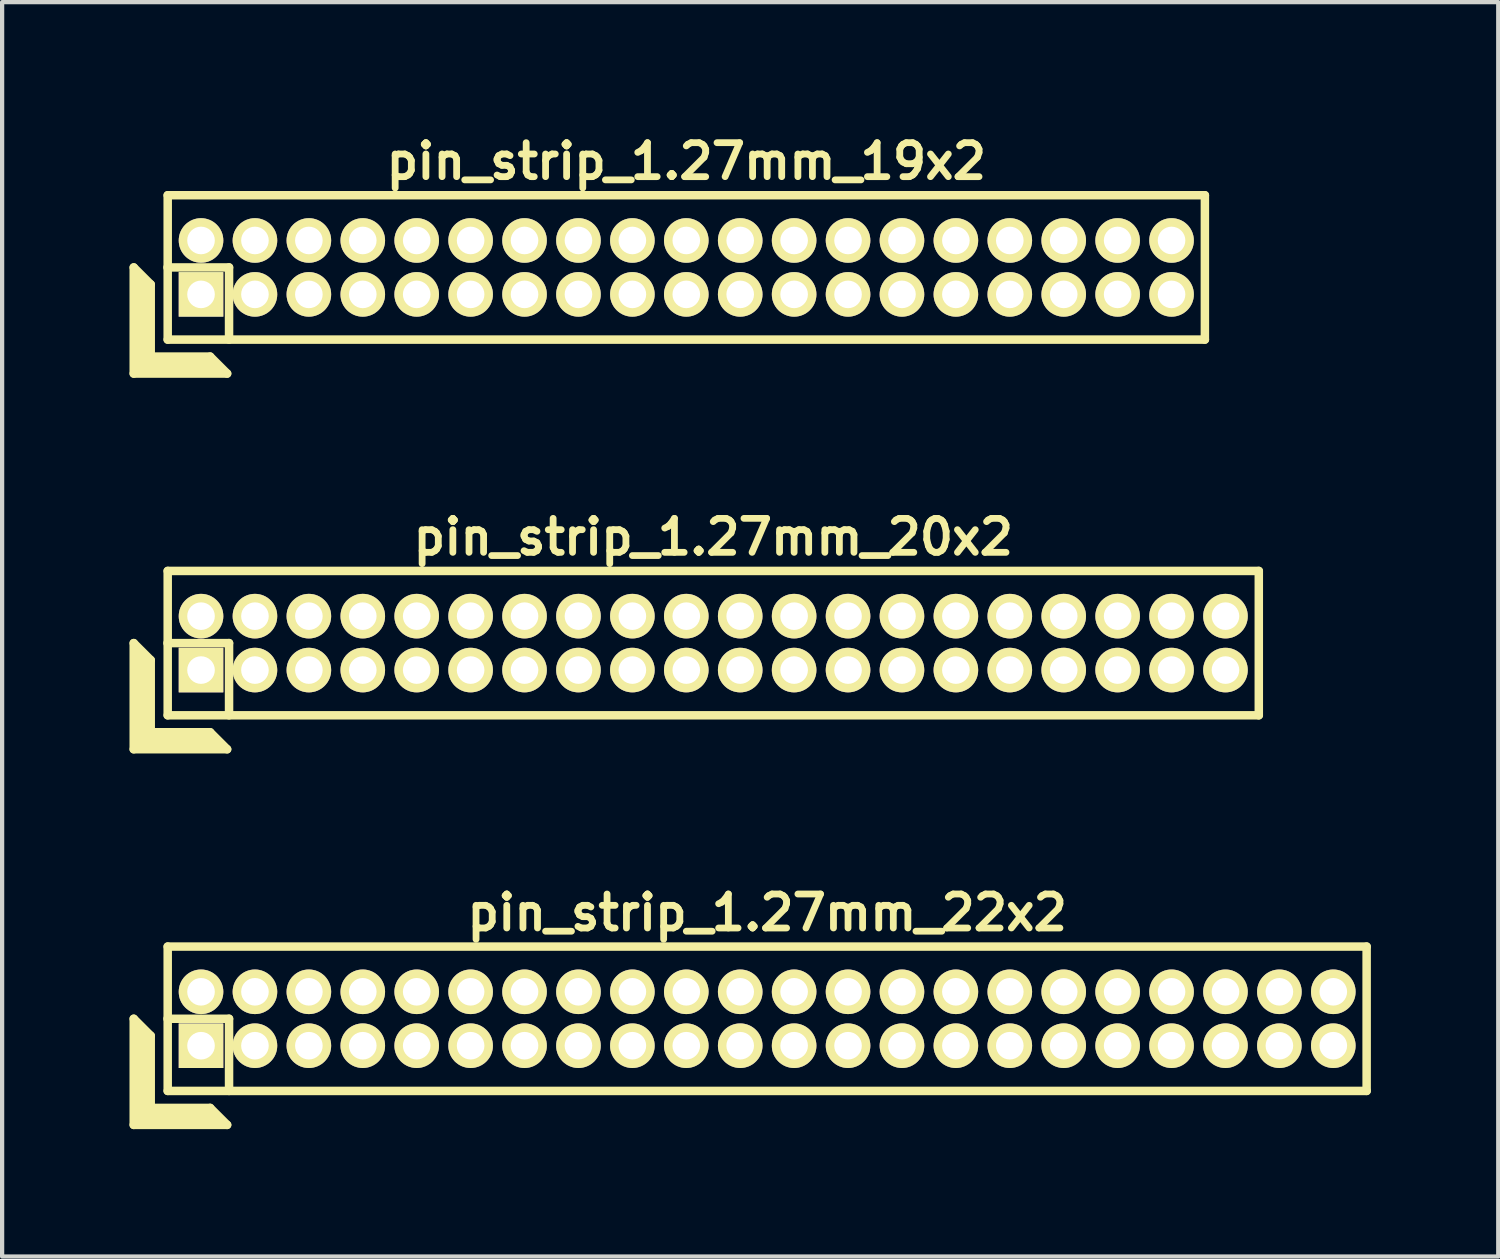
<source format=kicad_pcb>
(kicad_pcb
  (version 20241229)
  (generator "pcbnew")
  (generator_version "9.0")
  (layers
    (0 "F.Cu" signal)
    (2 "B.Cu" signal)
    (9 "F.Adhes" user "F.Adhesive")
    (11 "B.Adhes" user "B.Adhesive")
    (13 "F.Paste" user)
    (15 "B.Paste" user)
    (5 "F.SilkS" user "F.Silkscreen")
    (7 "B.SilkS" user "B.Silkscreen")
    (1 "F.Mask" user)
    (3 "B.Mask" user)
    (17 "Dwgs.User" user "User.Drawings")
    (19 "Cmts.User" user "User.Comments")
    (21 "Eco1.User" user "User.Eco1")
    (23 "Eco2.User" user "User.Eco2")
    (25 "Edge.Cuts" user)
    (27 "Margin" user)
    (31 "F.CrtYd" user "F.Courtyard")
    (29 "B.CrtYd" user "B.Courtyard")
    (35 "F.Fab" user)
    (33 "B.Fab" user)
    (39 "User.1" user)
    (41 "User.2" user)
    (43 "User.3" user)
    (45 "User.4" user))
  (footprint "pin_strip_1.27mm_20x2"
    (layer "F.Cu")
    (at 13.75 12.098)
    (property "Reference" "pin_strip_1.27mm_20x2" (at 0 -2.5 0) (layer "F.SilkS") (effects (font (size 0.8 0.8) (thickness 0.16))))
    (attr through_hole)
    (fp_line (start -13.65 0) (end -13.65 2.5) (stroke (width 0.2) (type solid)) (layer "F.SilkS"))
    (fp_line (start -13.65 0) (end -13.25 0.4) (stroke (width 0.2) (type solid)) (layer "F.SilkS"))
    (fp_line (start -13.65 2.5) (end -11.45 2.5) (stroke (width 0.2) (type solid)) (layer "F.SilkS"))
    (fp_line (start -13.55 2.4) (end -13.55 0.2) (stroke (width 0.2) (type solid)) (layer "F.SilkS"))
    (fp_line (start -13.55 2.4) (end -11.65 2.4) (stroke (width 0.2) (type solid)) (layer "F.SilkS"))
    (fp_line (start -13.45 2.3) (end -13.45 0.3) (stroke (width 0.2) (type solid)) (layer "F.SilkS"))
    (fp_line (start -13.45 2.3) (end -11.75 2.3) (stroke (width 0.2) (type solid)) (layer "F.SilkS"))
    (fp_line (start -13.35 2.2) (end -13.35 0.4) (stroke (width 0.2) (type solid)) (layer "F.SilkS"))
    (fp_line (start -13.35 2.2) (end -11.85 2.2) (stroke (width 0.2) (type solid)) (layer "F.SilkS"))
    (fp_line (start -13.25 2.1) (end -13.25 0.4) (stroke (width 0.2) (type solid)) (layer "F.SilkS"))
    (fp_line (start -13.25 2.1) (end -11.85 2.1) (stroke (width 0.2) (type solid)) (layer "F.SilkS"))
    (fp_line (start -12.855 0) (end -11.405 0) (stroke (width 0.2) (type solid)) (layer "F.SilkS"))
    (fp_line (start -12.85 -1.7) (end 12.85 -1.7) (stroke (width 0.2) (type solid)) (layer "F.SilkS"))
    (fp_line (start -12.85 1.7) (end -12.85 -1.7) (stroke (width 0.2) (type solid)) (layer "F.SilkS"))
    (fp_line (start -11.85 2.1) (end -11.45 2.5) (stroke (width 0.2) (type solid)) (layer "F.SilkS"))
    (fp_line (start -11.405 0) (end -11.405 1.7) (stroke (width 0.2) (type solid)) (layer "F.SilkS"))
    (fp_line (start 12.85 -1.7) (end 12.85 1.7) (stroke (width 0.2) (type solid)) (layer "F.SilkS"))
    (fp_line (start 12.85 1.7) (end -12.85 1.7) (stroke (width 0.2) (type solid)) (layer "F.SilkS"))
    (pad "1" thru_hole rect (at -12.065 0.635) (size 1.05 1.05) (drill 0.65) (layers "*.Cu" "*.Mask" "F.SilkS"))
    (pad "2" thru_hole oval (at -12.065 -0.635) (size 1.05 1.05) (drill 0.65) (layers "*.Cu" "*.Mask" "F.SilkS"))
    (pad "3" thru_hole oval (at -10.795 0.635) (size 1.05 1.05) (drill 0.65) (layers "*.Cu" "*.Mask" "F.SilkS"))
    (pad "4" thru_hole oval (at -10.795 -0.635) (size 1.05 1.05) (drill 0.65) (layers "*.Cu" "*.Mask" "F.SilkS"))
    (pad "5" thru_hole oval (at -9.525 0.635) (size 1.05 1.05) (drill 0.65) (layers "*.Cu" "*.Mask" "F.SilkS"))
    (pad "6" thru_hole oval (at -9.525 -0.635) (size 1.05 1.05) (drill 0.65) (layers "*.Cu" "*.Mask" "F.SilkS"))
    (pad "7" thru_hole oval (at -8.255 0.635) (size 1.05 1.05) (drill 0.65) (layers "*.Cu" "*.Mask" "F.SilkS"))
    (pad "8" thru_hole oval (at -8.255 -0.635) (size 1.05 1.05) (drill 0.65) (layers "*.Cu" "*.Mask" "F.SilkS"))
    (pad "9" thru_hole oval (at -6.985 0.635) (size 1.05 1.05) (drill 0.65) (layers "*.Cu" "*.Mask" "F.SilkS"))
    (pad "10" thru_hole oval (at -6.985 -0.635) (size 1.05 1.05) (drill 0.65) (layers "*.Cu" "*.Mask" "F.SilkS"))
    (pad "11" thru_hole oval (at -5.715 0.635) (size 1.05 1.05) (drill 0.65) (layers "*.Cu" "*.Mask" "F.SilkS"))
    (pad "12" thru_hole oval (at -5.715 -0.635) (size 1.05 1.05) (drill 0.65) (layers "*.Cu" "*.Mask" "F.SilkS"))
    (pad "13" thru_hole oval (at -4.445 0.635) (size 1.05 1.05) (drill 0.65) (layers "*.Cu" "*.Mask" "F.SilkS"))
    (pad "14" thru_hole oval (at -4.445 -0.635) (size 1.05 1.05) (drill 0.65) (layers "*.Cu" "*.Mask" "F.SilkS"))
    (pad "15" thru_hole oval (at -3.175 0.635) (size 1.05 1.05) (drill 0.65) (layers "*.Cu" "*.Mask" "F.SilkS"))
    (pad "16" thru_hole oval (at -3.175 -0.635) (size 1.05 1.05) (drill 0.65) (layers "*.Cu" "*.Mask" "F.SilkS"))
    (pad "17" thru_hole oval (at -1.905 0.635) (size 1.05 1.05) (drill 0.65) (layers "*.Cu" "*.Mask" "F.SilkS"))
    (pad "18" thru_hole oval (at -1.905 -0.635) (size 1.05 1.05) (drill 0.65) (layers "*.Cu" "*.Mask" "F.SilkS"))
    (pad "19" thru_hole oval (at -0.635 0.635) (size 1.05 1.05) (drill 0.65) (layers "*.Cu" "*.Mask" "F.SilkS"))
    (pad "20" thru_hole oval (at -0.635 -0.635) (size 1.05 1.05) (drill 0.65) (layers "*.Cu" "*.Mask" "F.SilkS"))
    (pad "21" thru_hole oval (at 0.635 0.635) (size 1.05 1.05) (drill 0.65) (layers "*.Cu" "*.Mask" "F.SilkS"))
    (pad "22" thru_hole oval (at 0.635 -0.635) (size 1.05 1.05) (drill 0.65) (layers "*.Cu" "*.Mask" "F.SilkS"))
    (pad "23" thru_hole oval (at 1.905 0.635) (size 1.05 1.05) (drill 0.65) (layers "*.Cu" "*.Mask" "F.SilkS"))
    (pad "24" thru_hole oval (at 1.905 -0.635) (size 1.05 1.05) (drill 0.65) (layers "*.Cu" "*.Mask" "F.SilkS"))
    (pad "25" thru_hole oval (at 3.175 0.635) (size 1.05 1.05) (drill 0.65) (layers "*.Cu" "*.Mask" "F.SilkS"))
    (pad "26" thru_hole oval (at 3.175 -0.635) (size 1.05 1.05) (drill 0.65) (layers "*.Cu" "*.Mask" "F.SilkS"))
    (pad "27" thru_hole oval (at 4.445 0.635) (size 1.05 1.05) (drill 0.65) (layers "*.Cu" "*.Mask" "F.SilkS"))
    (pad "28" thru_hole oval (at 4.445 -0.635) (size 1.05 1.05) (drill 0.65) (layers "*.Cu" "*.Mask" "F.SilkS"))
    (pad "29" thru_hole oval (at 5.715 0.635) (size 1.05 1.05) (drill 0.65) (layers "*.Cu" "*.Mask" "F.SilkS"))
    (pad "30" thru_hole oval (at 5.715 -0.635) (size 1.05 1.05) (drill 0.65) (layers "*.Cu" "*.Mask" "F.SilkS"))
    (pad "31" thru_hole oval (at 6.985 0.635) (size 1.05 1.05) (drill 0.65) (layers "*.Cu" "*.Mask" "F.SilkS"))
    (pad "32" thru_hole oval (at 6.985 -0.635) (size 1.05 1.05) (drill 0.65) (layers "*.Cu" "*.Mask" "F.SilkS"))
    (pad "33" thru_hole oval (at 8.255 0.635) (size 1.05 1.05) (drill 0.65) (layers "*.Cu" "*.Mask" "F.SilkS"))
    (pad "34" thru_hole oval (at 8.255 -0.635) (size 1.05 1.05) (drill 0.65) (layers "*.Cu" "*.Mask" "F.SilkS"))
    (pad "35" thru_hole oval (at 9.525 0.635) (size 1.05 1.05) (drill 0.65) (layers "*.Cu" "*.Mask" "F.SilkS"))
    (pad "36" thru_hole oval (at 9.525 -0.635) (size 1.05 1.05) (drill 0.65) (layers "*.Cu" "*.Mask" "F.SilkS"))
    (pad "37" thru_hole oval (at 10.795 0.635) (size 1.05 1.05) (drill 0.65) (layers "*.Cu" "*.Mask" "F.SilkS"))
    (pad "38" thru_hole oval (at 10.795 -0.635) (size 1.05 1.05) (drill 0.65) (layers "*.Cu" "*.Mask" "F.SilkS"))
    (pad "39" thru_hole oval (at 12.065 0.635) (size 1.05 1.05) (drill 0.65) (layers "*.Cu" "*.Mask" "F.SilkS"))
    (pad "40" thru_hole oval (at 12.065 -0.635) (size 1.05 1.05) (drill 0.65) (layers "*.Cu" "*.Mask" "F.SilkS")))
  (footprint "pin_strip_1.27mm_19x2"
    (layer "F.Cu")
    (at 13.115 3.249)
    (property "Reference" "pin_strip_1.27mm_19x2" (at 0 -2.5 0) (layer "F.SilkS") (effects (font (size 0.8 0.8) (thickness 0.16))))
    (attr through_hole)
    (fp_line (start -13.015 0) (end -13.015 2.5) (stroke (width 0.2) (type solid)) (layer "F.SilkS"))
    (fp_line (start -13.015 0) (end -12.615 0.4) (stroke (width 0.2) (type solid)) (layer "F.SilkS"))
    (fp_line (start -13.015 2.5) (end -10.815 2.5) (stroke (width 0.2) (type solid)) (layer "F.SilkS"))
    (fp_line (start -12.915 2.4) (end -12.915 0.2) (stroke (width 0.2) (type solid)) (layer "F.SilkS"))
    (fp_line (start -12.915 2.4) (end -11.015 2.4) (stroke (width 0.2) (type solid)) (layer "F.SilkS"))
    (fp_line (start -12.815 2.3) (end -12.815 0.3) (stroke (width 0.2) (type solid)) (layer "F.SilkS"))
    (fp_line (start -12.815 2.3) (end -11.115 2.3) (stroke (width 0.2) (type solid)) (layer "F.SilkS"))
    (fp_line (start -12.715 2.2) (end -12.715 0.4) (stroke (width 0.2) (type solid)) (layer "F.SilkS"))
    (fp_line (start -12.715 2.2) (end -11.215 2.2) (stroke (width 0.2) (type solid)) (layer "F.SilkS"))
    (fp_line (start -12.615 2.1) (end -12.615 0.4) (stroke (width 0.2) (type solid)) (layer "F.SilkS"))
    (fp_line (start -12.615 2.1) (end -11.215 2.1) (stroke (width 0.2) (type solid)) (layer "F.SilkS"))
    (fp_line (start -12.22 0) (end -10.77 0) (stroke (width 0.2) (type solid)) (layer "F.SilkS"))
    (fp_line (start -12.215 -1.7) (end 12.215 -1.7) (stroke (width 0.2) (type solid)) (layer "F.SilkS"))
    (fp_line (start -12.215 1.7) (end -12.215 -1.7) (stroke (width 0.2) (type solid)) (layer "F.SilkS"))
    (fp_line (start -11.215 2.1) (end -10.815 2.5) (stroke (width 0.2) (type solid)) (layer "F.SilkS"))
    (fp_line (start -10.77 0) (end -10.77 1.7) (stroke (width 0.2) (type solid)) (layer "F.SilkS"))
    (fp_line (start 12.215 -1.7) (end 12.215 1.7) (stroke (width 0.2) (type solid)) (layer "F.SilkS"))
    (fp_line (start 12.215 1.7) (end -12.215 1.7) (stroke (width 0.2) (type solid)) (layer "F.SilkS"))
    (pad "1" thru_hole rect (at -11.43 0.635) (size 1.05 1.05) (drill 0.65) (layers "*.Cu" "*.Mask" "F.SilkS"))
    (pad "2" thru_hole oval (at -11.43 -0.635) (size 1.05 1.05) (drill 0.65) (layers "*.Cu" "*.Mask" "F.SilkS"))
    (pad "3" thru_hole oval (at -10.16 0.635) (size 1.05 1.05) (drill 0.65) (layers "*.Cu" "*.Mask" "F.SilkS"))
    (pad "4" thru_hole oval (at -10.16 -0.635) (size 1.05 1.05) (drill 0.65) (layers "*.Cu" "*.Mask" "F.SilkS"))
    (pad "5" thru_hole oval (at -8.89 0.635) (size 1.05 1.05) (drill 0.65) (layers "*.Cu" "*.Mask" "F.SilkS"))
    (pad "6" thru_hole oval (at -8.89 -0.635) (size 1.05 1.05) (drill 0.65) (layers "*.Cu" "*.Mask" "F.SilkS"))
    (pad "7" thru_hole oval (at -7.62 0.635) (size 1.05 1.05) (drill 0.65) (layers "*.Cu" "*.Mask" "F.SilkS"))
    (pad "8" thru_hole oval (at -7.62 -0.635) (size 1.05 1.05) (drill 0.65) (layers "*.Cu" "*.Mask" "F.SilkS"))
    (pad "9" thru_hole oval (at -6.35 0.635) (size 1.05 1.05) (drill 0.65) (layers "*.Cu" "*.Mask" "F.SilkS"))
    (pad "10" thru_hole oval (at -6.35 -0.635) (size 1.05 1.05) (drill 0.65) (layers "*.Cu" "*.Mask" "F.SilkS"))
    (pad "11" thru_hole oval (at -5.08 0.635) (size 1.05 1.05) (drill 0.65) (layers "*.Cu" "*.Mask" "F.SilkS"))
    (pad "12" thru_hole oval (at -5.08 -0.635) (size 1.05 1.05) (drill 0.65) (layers "*.Cu" "*.Mask" "F.SilkS"))
    (pad "13" thru_hole oval (at -3.81 0.635) (size 1.05 1.05) (drill 0.65) (layers "*.Cu" "*.Mask" "F.SilkS"))
    (pad "14" thru_hole oval (at -3.81 -0.635) (size 1.05 1.05) (drill 0.65) (layers "*.Cu" "*.Mask" "F.SilkS"))
    (pad "15" thru_hole oval (at -2.54 0.635) (size 1.05 1.05) (drill 0.65) (layers "*.Cu" "*.Mask" "F.SilkS"))
    (pad "16" thru_hole oval (at -2.54 -0.635) (size 1.05 1.05) (drill 0.65) (layers "*.Cu" "*.Mask" "F.SilkS"))
    (pad "17" thru_hole oval (at -1.27 0.635) (size 1.05 1.05) (drill 0.65) (layers "*.Cu" "*.Mask" "F.SilkS"))
    (pad "18" thru_hole oval (at -1.27 -0.635) (size 1.05 1.05) (drill 0.65) (layers "*.Cu" "*.Mask" "F.SilkS"))
    (pad "19" thru_hole oval (at 0 0.635) (size 1.05 1.05) (drill 0.65) (layers "*.Cu" "*.Mask" "F.SilkS"))
    (pad "20" thru_hole oval (at 0 -0.635) (size 1.05 1.05) (drill 0.65) (layers "*.Cu" "*.Mask" "F.SilkS"))
    (pad "21" thru_hole oval (at 1.27 0.635) (size 1.05 1.05) (drill 0.65) (layers "*.Cu" "*.Mask" "F.SilkS"))
    (pad "22" thru_hole oval (at 1.27 -0.635) (size 1.05 1.05) (drill 0.65) (layers "*.Cu" "*.Mask" "F.SilkS"))
    (pad "23" thru_hole oval (at 2.54 0.635) (size 1.05 1.05) (drill 0.65) (layers "*.Cu" "*.Mask" "F.SilkS"))
    (pad "24" thru_hole oval (at 2.54 -0.635) (size 1.05 1.05) (drill 0.65) (layers "*.Cu" "*.Mask" "F.SilkS"))
    (pad "25" thru_hole oval (at 3.81 0.635) (size 1.05 1.05) (drill 0.65) (layers "*.Cu" "*.Mask" "F.SilkS"))
    (pad "26" thru_hole oval (at 3.81 -0.635) (size 1.05 1.05) (drill 0.65) (layers "*.Cu" "*.Mask" "F.SilkS"))
    (pad "27" thru_hole oval (at 5.08 0.635) (size 1.05 1.05) (drill 0.65) (layers "*.Cu" "*.Mask" "F.SilkS"))
    (pad "28" thru_hole oval (at 5.08 -0.635) (size 1.05 1.05) (drill 0.65) (layers "*.Cu" "*.Mask" "F.SilkS"))
    (pad "29" thru_hole oval (at 6.35 0.635) (size 1.05 1.05) (drill 0.65) (layers "*.Cu" "*.Mask" "F.SilkS"))
    (pad "30" thru_hole oval (at 6.35 -0.635) (size 1.05 1.05) (drill 0.65) (layers "*.Cu" "*.Mask" "F.SilkS"))
    (pad "31" thru_hole oval (at 7.62 0.635) (size 1.05 1.05) (drill 0.65) (layers "*.Cu" "*.Mask" "F.SilkS"))
    (pad "32" thru_hole oval (at 7.62 -0.635) (size 1.05 1.05) (drill 0.65) (layers "*.Cu" "*.Mask" "F.SilkS"))
    (pad "33" thru_hole oval (at 8.89 0.635) (size 1.05 1.05) (drill 0.65) (layers "*.Cu" "*.Mask" "F.SilkS"))
    (pad "34" thru_hole oval (at 8.89 -0.635) (size 1.05 1.05) (drill 0.65) (layers "*.Cu" "*.Mask" "F.SilkS"))
    (pad "35" thru_hole oval (at 10.16 0.635) (size 1.05 1.05) (drill 0.65) (layers "*.Cu" "*.Mask" "F.SilkS"))
    (pad "36" thru_hole oval (at 10.16 -0.635) (size 1.05 1.05) (drill 0.65) (layers "*.Cu" "*.Mask" "F.SilkS"))
    (pad "37" thru_hole oval (at 11.43 0.635) (size 1.05 1.05) (drill 0.65) (layers "*.Cu" "*.Mask" "F.SilkS"))
    (pad "38" thru_hole oval (at 11.43 -0.635) (size 1.05 1.05) (drill 0.65) (layers "*.Cu" "*.Mask" "F.SilkS")))
  (footprint "pin_strip_1.27mm_22x2"
    (layer "F.Cu")
    (at 15.02 20.946)
    (property "Reference" "pin_strip_1.27mm_22x2" (at 0 -2.5 0) (layer "F.SilkS") (effects (font (size 0.8 0.8) (thickness 0.16))))
    (attr through_hole)
    (fp_line (start -14.92 0) (end -14.92 2.5) (stroke (width 0.2) (type solid)) (layer "F.SilkS"))
    (fp_line (start -14.92 0) (end -14.52 0.4) (stroke (width 0.2) (type solid)) (layer "F.SilkS"))
    (fp_line (start -14.92 2.5) (end -12.72 2.5) (stroke (width 0.2) (type solid)) (layer "F.SilkS"))
    (fp_line (start -14.82 2.4) (end -14.82 0.2) (stroke (width 0.2) (type solid)) (layer "F.SilkS"))
    (fp_line (start -14.82 2.4) (end -12.92 2.4) (stroke (width 0.2) (type solid)) (layer "F.SilkS"))
    (fp_line (start -14.72 2.3) (end -14.72 0.3) (stroke (width 0.2) (type solid)) (layer "F.SilkS"))
    (fp_line (start -14.72 2.3) (end -13.02 2.3) (stroke (width 0.2) (type solid)) (layer "F.SilkS"))
    (fp_line (start -14.62 2.2) (end -14.62 0.4) (stroke (width 0.2) (type solid)) (layer "F.SilkS"))
    (fp_line (start -14.62 2.2) (end -13.12 2.2) (stroke (width 0.2) (type solid)) (layer "F.SilkS"))
    (fp_line (start -14.52 2.1) (end -14.52 0.4) (stroke (width 0.2) (type solid)) (layer "F.SilkS"))
    (fp_line (start -14.52 2.1) (end -13.12 2.1) (stroke (width 0.2) (type solid)) (layer "F.SilkS"))
    (fp_line (start -14.125 0) (end -12.675 0) (stroke (width 0.2) (type solid)) (layer "F.SilkS"))
    (fp_line (start -14.12 -1.7) (end 14.12 -1.7) (stroke (width 0.2) (type solid)) (layer "F.SilkS"))
    (fp_line (start -14.12 1.7) (end -14.12 -1.7) (stroke (width 0.2) (type solid)) (layer "F.SilkS"))
    (fp_line (start -13.12 2.1) (end -12.72 2.5) (stroke (width 0.2) (type solid)) (layer "F.SilkS"))
    (fp_line (start -12.675 0) (end -12.675 1.7) (stroke (width 0.2) (type solid)) (layer "F.SilkS"))
    (fp_line (start 14.12 -1.7) (end 14.12 1.7) (stroke (width 0.2) (type solid)) (layer "F.SilkS"))
    (fp_line (start 14.12 1.7) (end -14.12 1.7) (stroke (width 0.2) (type solid)) (layer "F.SilkS"))
    (pad "1" thru_hole rect (at -13.335 0.635) (size 1.05 1.05) (drill 0.65) (layers "*.Cu" "*.Mask" "F.SilkS"))
    (pad "2" thru_hole oval (at -13.335 -0.635) (size 1.05 1.05) (drill 0.65) (layers "*.Cu" "*.Mask" "F.SilkS"))
    (pad "3" thru_hole oval (at -12.065 0.635) (size 1.05 1.05) (drill 0.65) (layers "*.Cu" "*.Mask" "F.SilkS"))
    (pad "4" thru_hole oval (at -12.065 -0.635) (size 1.05 1.05) (drill 0.65) (layers "*.Cu" "*.Mask" "F.SilkS"))
    (pad "5" thru_hole oval (at -10.795 0.635) (size 1.05 1.05) (drill 0.65) (layers "*.Cu" "*.Mask" "F.SilkS"))
    (pad "6" thru_hole oval (at -10.795 -0.635) (size 1.05 1.05) (drill 0.65) (layers "*.Cu" "*.Mask" "F.SilkS"))
    (pad "7" thru_hole oval (at -9.525 0.635) (size 1.05 1.05) (drill 0.65) (layers "*.Cu" "*.Mask" "F.SilkS"))
    (pad "8" thru_hole oval (at -9.525 -0.635) (size 1.05 1.05) (drill 0.65) (layers "*.Cu" "*.Mask" "F.SilkS"))
    (pad "9" thru_hole oval (at -8.255 0.635) (size 1.05 1.05) (drill 0.65) (layers "*.Cu" "*.Mask" "F.SilkS"))
    (pad "10" thru_hole oval (at -8.255 -0.635) (size 1.05 1.05) (drill 0.65) (layers "*.Cu" "*.Mask" "F.SilkS"))
    (pad "11" thru_hole oval (at -6.985 0.635) (size 1.05 1.05) (drill 0.65) (layers "*.Cu" "*.Mask" "F.SilkS"))
    (pad "12" thru_hole oval (at -6.985 -0.635) (size 1.05 1.05) (drill 0.65) (layers "*.Cu" "*.Mask" "F.SilkS"))
    (pad "13" thru_hole oval (at -5.715 0.635) (size 1.05 1.05) (drill 0.65) (layers "*.Cu" "*.Mask" "F.SilkS"))
    (pad "14" thru_hole oval (at -5.715 -0.635) (size 1.05 1.05) (drill 0.65) (layers "*.Cu" "*.Mask" "F.SilkS"))
    (pad "15" thru_hole oval (at -4.445 0.635) (size 1.05 1.05) (drill 0.65) (layers "*.Cu" "*.Mask" "F.SilkS"))
    (pad "16" thru_hole oval (at -4.445 -0.635) (size 1.05 1.05) (drill 0.65) (layers "*.Cu" "*.Mask" "F.SilkS"))
    (pad "17" thru_hole oval (at -3.175 0.635) (size 1.05 1.05) (drill 0.65) (layers "*.Cu" "*.Mask" "F.SilkS"))
    (pad "18" thru_hole oval (at -3.175 -0.635) (size 1.05 1.05) (drill 0.65) (layers "*.Cu" "*.Mask" "F.SilkS"))
    (pad "19" thru_hole oval (at -1.905 0.635) (size 1.05 1.05) (drill 0.65) (layers "*.Cu" "*.Mask" "F.SilkS"))
    (pad "20" thru_hole oval (at -1.905 -0.635) (size 1.05 1.05) (drill 0.65) (layers "*.Cu" "*.Mask" "F.SilkS"))
    (pad "21" thru_hole oval (at -0.635 0.635) (size 1.05 1.05) (drill 0.65) (layers "*.Cu" "*.Mask" "F.SilkS"))
    (pad "22" thru_hole oval (at -0.635 -0.635) (size 1.05 1.05) (drill 0.65) (layers "*.Cu" "*.Mask" "F.SilkS"))
    (pad "23" thru_hole oval (at 0.635 0.635) (size 1.05 1.05) (drill 0.65) (layers "*.Cu" "*.Mask" "F.SilkS"))
    (pad "24" thru_hole oval (at 0.635 -0.635) (size 1.05 1.05) (drill 0.65) (layers "*.Cu" "*.Mask" "F.SilkS"))
    (pad "25" thru_hole oval (at 1.905 0.635) (size 1.05 1.05) (drill 0.65) (layers "*.Cu" "*.Mask" "F.SilkS"))
    (pad "26" thru_hole oval (at 1.905 -0.635) (size 1.05 1.05) (drill 0.65) (layers "*.Cu" "*.Mask" "F.SilkS"))
    (pad "27" thru_hole oval (at 3.175 0.635) (size 1.05 1.05) (drill 0.65) (layers "*.Cu" "*.Mask" "F.SilkS"))
    (pad "28" thru_hole oval (at 3.175 -0.635) (size 1.05 1.05) (drill 0.65) (layers "*.Cu" "*.Mask" "F.SilkS"))
    (pad "29" thru_hole oval (at 4.445 0.635) (size 1.05 1.05) (drill 0.65) (layers "*.Cu" "*.Mask" "F.SilkS"))
    (pad "30" thru_hole oval (at 4.445 -0.635) (size 1.05 1.05) (drill 0.65) (layers "*.Cu" "*.Mask" "F.SilkS"))
    (pad "31" thru_hole oval (at 5.715 0.635) (size 1.05 1.05) (drill 0.65) (layers "*.Cu" "*.Mask" "F.SilkS"))
    (pad "32" thru_hole oval (at 5.715 -0.635) (size 1.05 1.05) (drill 0.65) (layers "*.Cu" "*.Mask" "F.SilkS"))
    (pad "33" thru_hole oval (at 6.985 0.635) (size 1.05 1.05) (drill 0.65) (layers "*.Cu" "*.Mask" "F.SilkS"))
    (pad "34" thru_hole oval (at 6.985 -0.635) (size 1.05 1.05) (drill 0.65) (layers "*.Cu" "*.Mask" "F.SilkS"))
    (pad "35" thru_hole oval (at 8.255 0.635) (size 1.05 1.05) (drill 0.65) (layers "*.Cu" "*.Mask" "F.SilkS"))
    (pad "36" thru_hole oval (at 8.255 -0.635) (size 1.05 1.05) (drill 0.65) (layers "*.Cu" "*.Mask" "F.SilkS"))
    (pad "37" thru_hole oval (at 9.525 0.635) (size 1.05 1.05) (drill 0.65) (layers "*.Cu" "*.Mask" "F.SilkS"))
    (pad "38" thru_hole oval (at 9.525 -0.635) (size 1.05 1.05) (drill 0.65) (layers "*.Cu" "*.Mask" "F.SilkS"))
    (pad "39" thru_hole oval (at 10.795 0.635) (size 1.05 1.05) (drill 0.65) (layers "*.Cu" "*.Mask" "F.SilkS"))
    (pad "40" thru_hole oval (at 10.795 -0.635) (size 1.05 1.05) (drill 0.65) (layers "*.Cu" "*.Mask" "F.SilkS"))
    (pad "41" thru_hole oval (at 12.065 0.635) (size 1.05 1.05) (drill 0.65) (layers "*.Cu" "*.Mask" "F.SilkS"))
    (pad "42" thru_hole oval (at 12.065 -0.635) (size 1.05 1.05) (drill 0.65) (layers "*.Cu" "*.Mask" "F.SilkS"))
    (pad "43" thru_hole oval (at 13.335 0.635) (size 1.05 1.05) (drill 0.65) (layers "*.Cu" "*.Mask" "F.SilkS"))
    (pad "44" thru_hole oval (at 13.335 -0.635) (size 1.05 1.05) (drill 0.65) (layers "*.Cu" "*.Mask" "F.SilkS")))
  (gr_rect
    (start -3 -3)
    (end 32.24 26.546)
    (stroke (width 0.1) (type default))
    (fill no)
    (layer "Edge.Cuts")))
</source>
